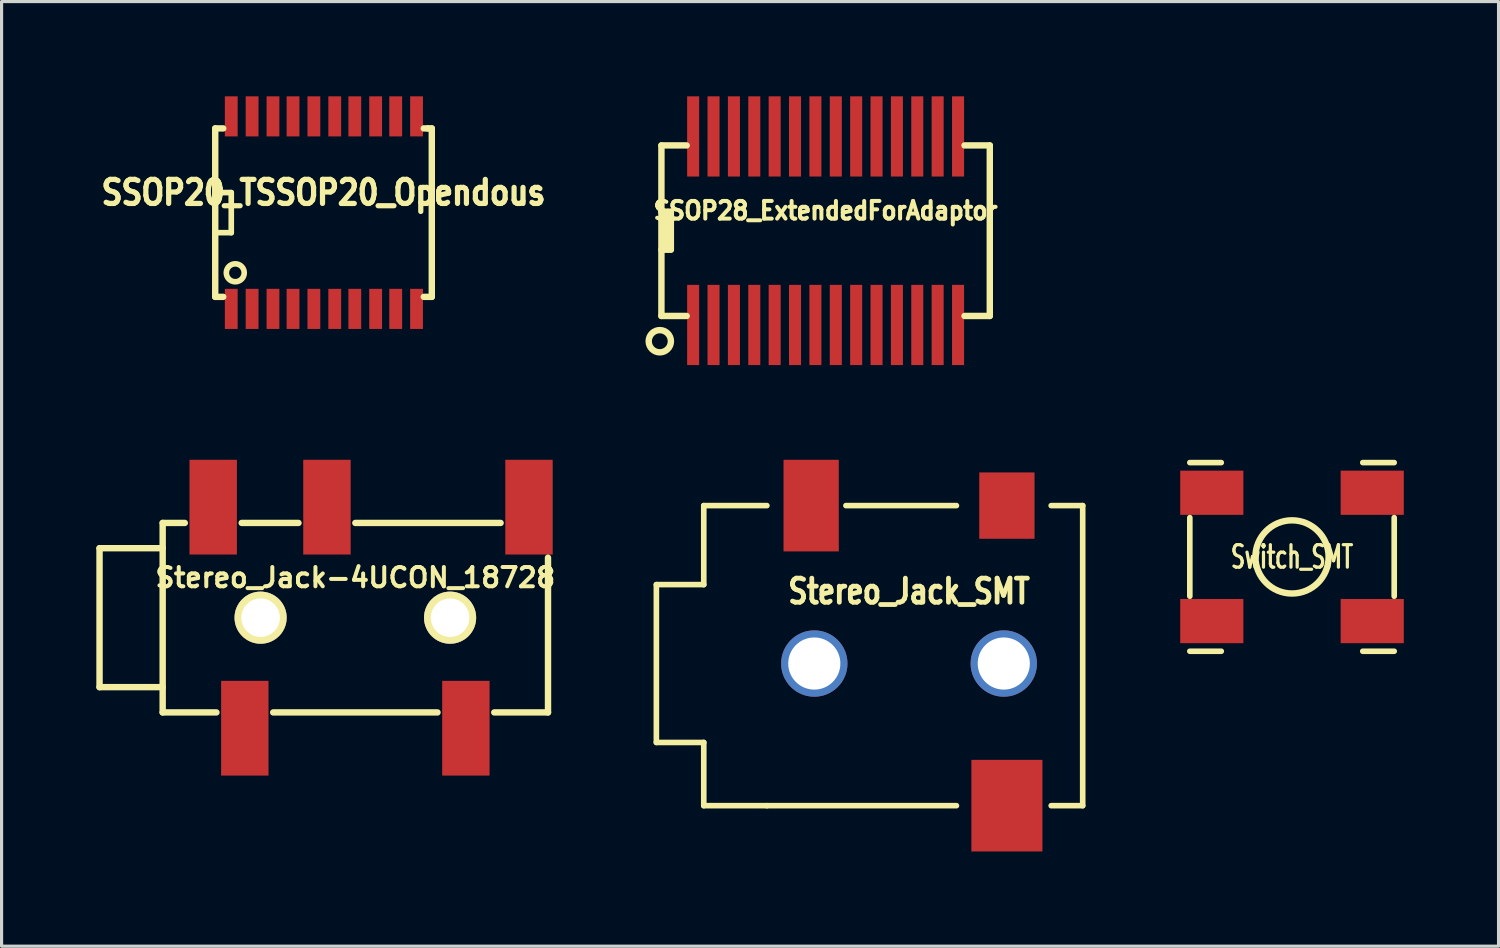
<source format=kicad_pcb>
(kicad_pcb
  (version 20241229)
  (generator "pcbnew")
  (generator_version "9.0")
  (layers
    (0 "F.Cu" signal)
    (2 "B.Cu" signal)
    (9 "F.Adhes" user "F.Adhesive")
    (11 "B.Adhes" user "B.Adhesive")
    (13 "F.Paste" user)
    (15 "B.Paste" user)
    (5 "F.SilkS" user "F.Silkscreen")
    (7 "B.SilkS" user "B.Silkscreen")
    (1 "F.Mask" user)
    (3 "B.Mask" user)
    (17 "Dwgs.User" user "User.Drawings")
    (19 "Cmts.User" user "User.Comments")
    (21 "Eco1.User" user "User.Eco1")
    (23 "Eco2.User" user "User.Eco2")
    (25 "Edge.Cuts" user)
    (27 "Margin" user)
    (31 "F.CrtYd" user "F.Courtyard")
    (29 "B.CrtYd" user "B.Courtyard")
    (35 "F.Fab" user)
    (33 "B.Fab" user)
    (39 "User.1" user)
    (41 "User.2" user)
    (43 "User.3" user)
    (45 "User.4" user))
  (footprint "SSOP20_TSSOP20_Opendous"
    (layer "F.Cu")
    (at 7.194 3.683)
    (property "Reference" "SSOP20_TSSOP20_Opendous" (at 0 -0.635 0) (layer "F.SilkS") (effects (font (size 0.762 0.66) (thickness 0.165))))
    (attr smd)
    (fp_line (start -3.429 -2.667) (end -3.429 2.667) (stroke (width 0.203) (type solid)) (layer "F.SilkS"))
    (fp_line (start -3.429 -2.667) (end -3.175 -2.667) (stroke (width 0.203) (type solid)) (layer "F.SilkS"))
    (fp_line (start -3.429 -0.635) (end -2.921 -0.635) (stroke (width 0.178) (type solid)) (layer "F.SilkS"))
    (fp_line (start -3.429 2.667) (end -3.175 2.667) (stroke (width 0.203) (type solid)) (layer "F.SilkS"))
    (fp_line (start -2.921 -0.635) (end -2.921 0.635) (stroke (width 0.178) (type solid)) (layer "F.SilkS"))
    (fp_line (start -2.921 0.635) (end -3.429 0.635) (stroke (width 0.178) (type solid)) (layer "F.SilkS"))
    (fp_line (start 3.302 -2.667) (end 3.175 -2.667) (stroke (width 0.203) (type solid)) (layer "F.SilkS"))
    (fp_line (start 3.429 -2.667) (end 3.302 -2.667) (stroke (width 0.203) (type solid)) (layer "F.SilkS"))
    (fp_line (start 3.429 -2.667) (end 3.429 2.667) (stroke (width 0.203) (type solid)) (layer "F.SilkS"))
    (fp_line (start 3.429 2.667) (end 3.175 2.667) (stroke (width 0.203) (type solid)) (layer "F.SilkS"))
    (fp_circle (center -2.794 1.905) (end -2.54 1.778) (stroke (width 0.178) (type solid)) (fill no) (layer "F.SilkS"))
    (pad "1" smd rect (at -2.921 3.048) (size 0.406 1.27) (layers "F.Cu" "F.Mask" "F.Paste"))
    (pad "2" smd rect (at -2.261 3.048) (size 0.406 1.27) (layers "F.Cu" "F.Mask" "F.Paste"))
    (pad "3" smd rect (at -1.6 3.048) (size 0.406 1.27) (layers "F.Cu" "F.Mask" "F.Paste"))
    (pad "4" smd rect (at -0.965 3.048) (size 0.406 1.27) (layers "F.Cu" "F.Mask" "F.Paste"))
    (pad "5" smd rect (at -0.305 3.048) (size 0.406 1.27) (layers "F.Cu" "F.Mask" "F.Paste"))
    (pad "6" smd rect (at 0.356 3.048) (size 0.406 1.27) (layers "F.Cu" "F.Mask" "F.Paste"))
    (pad "7" smd rect (at 0.991 3.048) (size 0.406 1.27) (layers "F.Cu" "F.Mask" "F.Paste"))
    (pad "8" smd rect (at 1.651 3.048) (size 0.406 1.27) (layers "F.Cu" "F.Mask" "F.Paste"))
    (pad "9" smd rect (at 2.286 3.048) (size 0.406 1.27) (layers "F.Cu" "F.Mask" "F.Paste"))
    (pad "10" smd rect (at 2.946 3.048) (size 0.406 1.27) (layers "F.Cu" "F.Mask" "F.Paste"))
    (pad "11" smd rect (at 2.946 -3.048) (size 0.406 1.27) (layers "F.Cu" "F.Mask" "F.Paste"))
    (pad "12" smd rect (at 2.286 -3.048) (size 0.406 1.27) (layers "F.Cu" "F.Mask" "F.Paste"))
    (pad "13" smd rect (at 1.651 -3.048) (size 0.406 1.27) (layers "F.Cu" "F.Mask" "F.Paste"))
    (pad "14" smd rect (at 0.991 -3.048) (size 0.406 1.27) (layers "F.Cu" "F.Mask" "F.Paste"))
    (pad "15" smd rect (at 0.356 -3.048) (size 0.406 1.27) (layers "F.Cu" "F.Mask" "F.Paste"))
    (pad "16" smd rect (at -0.305 -3.048) (size 0.406 1.27) (layers "F.Cu" "F.Mask" "F.Paste"))
    (pad "17" smd rect (at -0.965 -3.048) (size 0.406 1.27) (layers "F.Cu" "F.Mask" "F.Paste"))
    (pad "18" smd rect (at -1.6 -3.048) (size 0.406 1.27) (layers "F.Cu" "F.Mask" "F.Paste"))
    (pad "19" smd rect (at -2.261 -3.048) (size 0.406 1.27) (layers "F.Cu" "F.Mask" "F.Paste"))
    (pad "20" smd rect (at -2.921 -3.048) (size 0.406 1.27) (layers "F.Cu" "F.Mask" "F.Paste")))
  (footprint "Stereo_Jack-4UCON_18728"
    (layer "F.Cu")
    (at 8.202 16.509)
    (property "Reference" "Stereo_Jack-4UCON_18728" (at 0 -1.27 0) (layer "F.SilkS") (effects (font (size 0.61 0.61) (thickness 0.127))))
    (attr through_hole)
    (fp_line (start -8.1 -2.2) (end -8.1 2.2) (stroke (width 0.203) (type solid)) (layer "F.SilkS"))
    (fp_line (start -8.1 2.2) (end -6.101 2.2) (stroke (width 0.203) (type solid)) (layer "F.SilkS"))
    (fp_line (start -6.101 -3) (end -5.4 -3) (stroke (width 0.203) (type solid)) (layer "F.SilkS"))
    (fp_line (start -6.101 -2.2) (end -8.1 -2.2) (stroke (width 0.203) (type solid)) (layer "F.SilkS"))
    (fp_line (start -6.101 3) (end -6.101 -3) (stroke (width 0.203) (type solid)) (layer "F.SilkS"))
    (fp_line (start -4.399 3) (end -6.101 3) (stroke (width 0.203) (type solid)) (layer "F.SilkS"))
    (fp_line (start -3.599 -3) (end -1.801 -3) (stroke (width 0.203) (type solid)) (layer "F.SilkS"))
    (fp_line (start 0 -3) (end 4.6 -3) (stroke (width 0.203) (type solid)) (layer "F.SilkS"))
    (fp_line (start 2.601 3) (end -2.601 3) (stroke (width 0.203) (type solid)) (layer "F.SilkS"))
    (fp_line (start 6.101 -1.9) (end 6.101 3) (stroke (width 0.203) (type solid)) (layer "F.SilkS"))
    (fp_line (start 6.101 3) (end 4.399 3) (stroke (width 0.203) (type solid)) (layer "F.SilkS"))
    (pad "0" thru_hole circle (at -3 0) (size 1.651 1.651) (drill 1.219) (layers "*.Cu" "*.Mask" "F.SilkS"))
    (pad "0" thru_hole circle (at 3 0) (size 1.651 1.651) (drill 1.219) (layers "*.Cu" "*.Mask" "F.SilkS"))
    (pad "2" smd rect (at 3.5 3.5) (size 1.501 3) (layers "F.Cu" "F.Mask" "F.Paste"))
    (pad "3" smd rect (at -3.5 3.5) (size 1.501 3) (layers "F.Cu" "F.Mask" "F.Paste"))
    (pad "6" smd rect (at 5.499 -3.5) (size 1.501 3) (layers "F.Cu" "F.Mask" "F.Paste"))
    (pad "7" smd rect (at -0.899 -3.5) (size 1.501 3) (layers "F.Cu" "F.Mask" "F.Paste"))
    (pad "8" smd rect (at -4.501 -3.5) (size 1.501 3) (layers "F.Cu" "F.Mask" "F.Paste")))
  (footprint "SSOP28_ExtendedForAdaptor"
    (layer "F.Cu")
    (at 23.093 4.255)
    (property "Reference" "SSOP28_ExtendedForAdaptor" (at 0 -0.635 0) (layer "F.SilkS") (effects (font (size 0.559 0.508) (thickness 0.127))))
    (attr smd)
    (fp_line (start -5.199 -2.7) (end -5.199 2.7) (stroke (width 0.203) (type solid)) (layer "F.SilkS"))
    (fp_line (start -5.199 -2.7) (end -4.399 -2.7) (stroke (width 0.203) (type solid)) (layer "F.SilkS"))
    (fp_line (start -5.199 -0.599) (end -4.9 -0.599) (stroke (width 0.203) (type solid)) (layer "F.SilkS"))
    (fp_line (start -5.199 2.7) (end -4.399 2.7) (stroke (width 0.203) (type solid)) (layer "F.SilkS"))
    (fp_line (start -5.1 -0.599) (end -5.1 0.599) (stroke (width 0.203) (type solid)) (layer "F.SilkS"))
    (fp_line (start -5.001 0.599) (end -5.001 -0.599) (stroke (width 0.203) (type solid)) (layer "F.SilkS"))
    (fp_line (start -4.9 -0.599) (end -4.9 0.599) (stroke (width 0.203) (type solid)) (layer "F.SilkS"))
    (fp_line (start -4.9 0.599) (end -5.199 0.599) (stroke (width 0.203) (type solid)) (layer "F.SilkS"))
    (fp_line (start 5.199 -2.7) (end 4.399 -2.7) (stroke (width 0.203) (type solid)) (layer "F.SilkS"))
    (fp_line (start 5.199 -2.7) (end 5.199 2.7) (stroke (width 0.203) (type solid)) (layer "F.SilkS"))
    (fp_line (start 5.199 2.7) (end 4.399 2.7) (stroke (width 0.203) (type solid)) (layer "F.SilkS"))
    (fp_circle (center -5.25 3.5) (end -5.001 3.251) (stroke (width 0.203) (type solid)) (fill no) (layer "F.SilkS"))
    (pad "1" smd rect (at -4.194 2.985) (size 0.381 2.54) (layers "F.Cu" "F.Mask" "F.Paste"))
    (pad "2" smd rect (at -3.548 2.985) (size 0.381 2.54) (layers "F.Cu" "F.Mask" "F.Paste"))
    (pad "3" smd rect (at -2.903 2.985) (size 0.381 2.54) (layers "F.Cu" "F.Mask" "F.Paste"))
    (pad "4" smd rect (at -2.258 2.985) (size 0.381 2.54) (layers "F.Cu" "F.Mask" "F.Paste"))
    (pad "5" smd rect (at -1.613 2.985) (size 0.381 2.54) (layers "F.Cu" "F.Mask" "F.Paste"))
    (pad "6" smd rect (at -0.968 2.985) (size 0.381 2.54) (layers "F.Cu" "F.Mask" "F.Paste"))
    (pad "7" smd rect (at -0.323 2.985) (size 0.381 2.54) (layers "F.Cu" "F.Mask" "F.Paste"))
    (pad "8" smd rect (at 0.323 2.985) (size 0.381 2.54) (layers "F.Cu" "F.Mask" "F.Paste"))
    (pad "9" smd rect (at 0.968 2.985) (size 0.381 2.54) (layers "F.Cu" "F.Mask" "F.Paste"))
    (pad "10" smd rect (at 1.613 2.985) (size 0.381 2.54) (layers "F.Cu" "F.Mask" "F.Paste"))
    (pad "11" smd rect (at 2.258 2.985) (size 0.381 2.54) (layers "F.Cu" "F.Mask" "F.Paste"))
    (pad "12" smd rect (at 2.903 2.985) (size 0.381 2.54) (layers "F.Cu" "F.Mask" "F.Paste"))
    (pad "13" smd rect (at 3.548 2.985) (size 0.381 2.54) (layers "F.Cu" "F.Mask" "F.Paste"))
    (pad "14" smd rect (at 4.194 2.985) (size 0.381 2.54) (layers "F.Cu" "F.Mask" "F.Paste"))
    (pad "15" smd rect (at 4.194 -2.985) (size 0.381 2.54) (layers "F.Cu" "F.Mask" "F.Paste"))
    (pad "16" smd rect (at 3.548 -2.985) (size 0.381 2.54) (layers "F.Cu" "F.Mask" "F.Paste"))
    (pad "17" smd rect (at 2.903 -2.985) (size 0.381 2.54) (layers "F.Cu" "F.Mask" "F.Paste"))
    (pad "18" smd rect (at 2.258 -2.985) (size 0.381 2.54) (layers "F.Cu" "F.Mask" "F.Paste"))
    (pad "19" smd rect (at 1.613 -2.985) (size 0.381 2.54) (layers "F.Cu" "F.Mask" "F.Paste"))
    (pad "20" smd rect (at 0.968 -2.985) (size 0.381 2.54) (layers "F.Cu" "F.Mask" "F.Paste"))
    (pad "21" smd rect (at 0.323 -2.985) (size 0.381 2.54) (layers "F.Cu" "F.Mask" "F.Paste"))
    (pad "22" smd rect (at -0.323 -2.985) (size 0.381 2.54) (layers "F.Cu" "F.Mask" "F.Paste"))
    (pad "23" smd rect (at -0.968 -2.985) (size 0.381 2.54) (layers "F.Cu" "F.Mask" "F.Paste"))
    (pad "24" smd rect (at -1.613 -2.985) (size 0.381 2.54) (layers "F.Cu" "F.Mask" "F.Paste"))
    (pad "25" smd rect (at -2.258 -2.985) (size 0.381 2.54) (layers "F.Cu" "F.Mask" "F.Paste"))
    (pad "26" smd rect (at -2.903 -2.985) (size 0.381 2.54) (layers "F.Cu" "F.Mask" "F.Paste"))
    (pad "27" smd rect (at -3.548 -2.985) (size 0.381 2.54) (layers "F.Cu" "F.Mask" "F.Paste"))
    (pad "28" smd rect (at -4.194 -2.985) (size 0.381 2.54) (layers "F.Cu" "F.Mask" "F.Paste")))
  (footprint "Switch_SMT"
    (layer "F.Cu")
    (at 37.862 14.585)
    (property "Reference" "Switch_SMT" (at 0 0 0) (layer "F.SilkS") (effects (font (size 0.711 0.457) (thickness 0.102))))
    (attr smd)
    (fp_line (start -3.236 -2.987) (end -2.24 -2.987) (stroke (width 0.178) (type solid)) (layer "F.SilkS"))
    (fp_line (start -3.236 -1.245) (end -3.236 1.245) (stroke (width 0.178) (type solid)) (layer "F.SilkS"))
    (fp_line (start -2.24 2.987) (end -3.236 2.987) (stroke (width 0.178) (type solid)) (layer "F.SilkS"))
    (fp_line (start 3.236 -2.987) (end 2.24 -2.987) (stroke (width 0.178) (type solid)) (layer "F.SilkS"))
    (fp_line (start 3.236 1.245) (end 3.236 -1.245) (stroke (width 0.178) (type solid)) (layer "F.SilkS"))
    (fp_line (start 3.236 2.987) (end 2.24 2.987) (stroke (width 0.178) (type solid)) (layer "F.SilkS"))
    (fp_circle (center 0 0) (end 1.143 0.191) (stroke (width 0.203) (type solid)) (fill no) (layer "F.SilkS"))
    (pad "1" smd rect (at -2.54 -2.032) (size 1.999 1.4) (layers "F.Cu" "F.Mask" "F.Paste"))
    (pad "1" smd rect (at 2.54 -2.032) (size 1.999 1.4) (layers "F.Cu" "F.Mask" "F.Paste"))
    (pad "2" smd rect (at -2.54 2.032) (size 1.999 1.4) (layers "F.Cu" "F.Mask" "F.Paste"))
    (pad "2" smd rect (at 2.54 2.032) (size 1.999 1.4) (layers "F.Cu" "F.Mask" "F.Paste")))
  (footprint "Stereo_Jack_SMT"
    (layer "F.Cu")
    (at 25.735 17.961)
    (property "Reference" "Stereo_Jack_SMT" (at 0 -2.286 0) (layer "F.SilkS") (effects (font (size 0.762 0.61) (thickness 0.152))))
    (attr smd)
    (fp_line (start -8.001 -2.499) (end -8.001 2.499) (stroke (width 0.178) (type solid)) (layer "F.SilkS"))
    (fp_line (start -8.001 2.499) (end -6.5 2.499) (stroke (width 0.178) (type solid)) (layer "F.SilkS"))
    (fp_line (start -6.5 -5.001) (end -6.5 -2.499) (stroke (width 0.178) (type solid)) (layer "F.SilkS"))
    (fp_line (start -6.5 -2.499) (end -8.001 -2.499) (stroke (width 0.178) (type solid)) (layer "F.SilkS"))
    (fp_line (start -6.5 2.499) (end -6.5 4.501) (stroke (width 0.178) (type solid)) (layer "F.SilkS"))
    (fp_line (start -6.5 4.501) (end -4.501 4.501) (stroke (width 0.178) (type solid)) (layer "F.SilkS"))
    (fp_line (start -4.501 -5.001) (end -6.5 -5.001) (stroke (width 0.178) (type solid)) (layer "F.SilkS"))
    (fp_line (start 1.501 -5.001) (end -1.999 -5.001) (stroke (width 0.178) (type solid)) (layer "F.SilkS"))
    (fp_line (start 1.501 4.501) (end -4.501 4.501) (stroke (width 0.178) (type solid)) (layer "F.SilkS"))
    (fp_line (start 4.501 -5.001) (end 5.499 -5.001) (stroke (width 0.178) (type solid)) (layer "F.SilkS"))
    (fp_line (start 5.499 -5.001) (end 5.499 4.501) (stroke (width 0.178) (type solid)) (layer "F.SilkS"))
    (fp_line (start 5.499 4.501) (end 4.501 4.501) (stroke (width 0.178) (type solid)) (layer "F.SilkS"))
    (pad "1" smd rect (at -3.099 -5.001) (size 1.75 2.901) (layers "F.Cu" "F.Mask" "F.Paste"))
    (pad "2" smd rect (at 3.099 4.501) (size 2.25 2.901) (layers "F.Cu" "F.Mask" "F.Paste"))
    (pad "3" smd rect (at 3.099 -5.001) (size 1.75 2.101) (layers "F.Cu" "F.Mask" "F.Paste"))
    (pad "4" thru_hole circle (at -3 0) (size 2.101 2.101) (drill 1.651) (layers "*.Cu"))
    (pad "4" thru_hole circle (at 3 0) (size 2.101 2.101) (drill 1.651) (layers "*.Cu")))
  (gr_rect
    (start -3 -3)
    (end 44.402 26.912)
    (stroke (width 0.1) (type default))
    (fill no)
    (layer "Edge.Cuts")))
</source>
